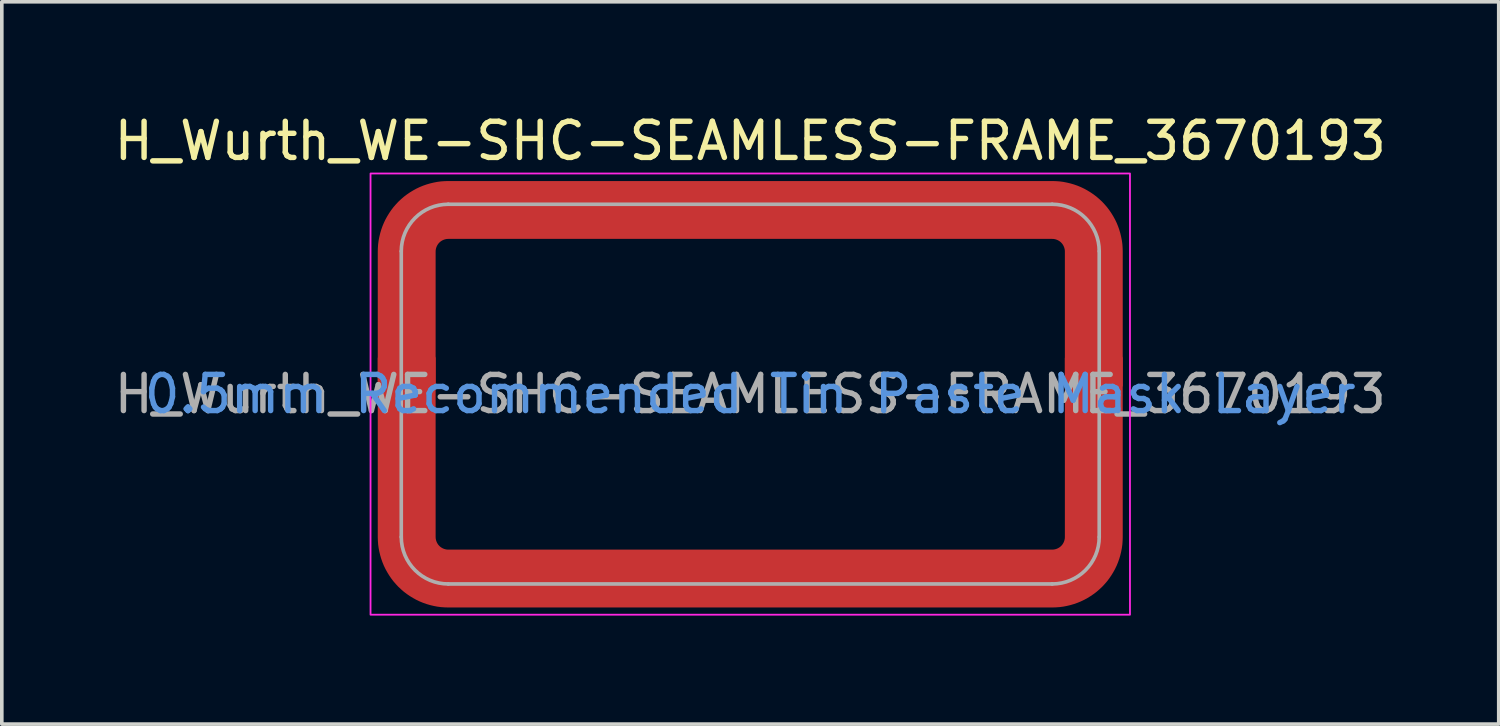
<source format=kicad_pcb>
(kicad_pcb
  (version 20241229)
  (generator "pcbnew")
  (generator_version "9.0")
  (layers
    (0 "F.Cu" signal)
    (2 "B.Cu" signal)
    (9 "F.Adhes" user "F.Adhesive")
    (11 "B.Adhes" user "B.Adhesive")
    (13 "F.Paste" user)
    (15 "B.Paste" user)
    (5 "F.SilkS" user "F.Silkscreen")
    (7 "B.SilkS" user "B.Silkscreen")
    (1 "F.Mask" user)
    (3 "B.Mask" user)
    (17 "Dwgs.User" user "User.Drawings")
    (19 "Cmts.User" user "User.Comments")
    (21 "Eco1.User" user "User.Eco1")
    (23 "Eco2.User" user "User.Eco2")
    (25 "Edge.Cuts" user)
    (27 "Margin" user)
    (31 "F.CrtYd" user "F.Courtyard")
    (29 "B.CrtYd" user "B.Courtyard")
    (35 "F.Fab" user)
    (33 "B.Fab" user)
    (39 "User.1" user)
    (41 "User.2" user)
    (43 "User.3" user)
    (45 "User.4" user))
  (footprint "H_Wurth_WE-SHC-SEAMLESS-FRAME_3670193"
    (layer "F.Cu")
    (at 17.696 7.848)
    (property "Reference" "H_Wurth_WE-SHC-SEAMLESS-FRAME_3670193" (at 0 -7 0) (unlocked yes) (layer "F.SilkS") (effects (font (size 1 1) (thickness 0.15))))
    (attr smd)
    (fp_poly (pts (xy -8.75 -0.242) (xy -10.25 -0.242) (xy -10.25 -3.942) (xy -10.247 -4.041) (xy -10.24 -4.141) (xy -10.227 -4.239) (xy -10.208 -4.337) (xy -10.185 -4.434) (xy -10.157 -4.529) (xy -10.124 -4.623) (xy -10.086 -4.715) (xy -10.043 -4.805) (xy -9.995 -4.892) (xy -9.943 -4.977) (xy -9.887 -5.059) (xy -9.827 -5.138) (xy -9.762 -5.213) (xy -9.694 -5.286) (xy -9.621 -5.354) (xy -9.546 -5.419) (xy -9.467 -5.479) (xy -9.385 -5.535) (xy -9.3 -5.587) (xy -9.213 -5.635) (xy -9.123 -5.678) (xy -9.031 -5.716) (xy -8.937 -5.749) (xy -8.842 -5.777) (xy -8.745 -5.8) (xy -8.647 -5.819) (xy -8.549 -5.832) (xy -8.449 -5.839) (xy -8.35 -5.842) (xy 8.35 -5.842) (xy 8.449 -5.839) (xy 8.549 -5.832) (xy 8.647 -5.819) (xy 8.745 -5.8) (xy 8.842 -5.777) (xy 8.937 -5.749) (xy 9.031 -5.716) (xy 9.123 -5.678) (xy 9.213 -5.635) (xy 9.3 -5.587) (xy 9.385 -5.535) (xy 9.467 -5.479) (xy 9.546 -5.419) (xy 9.621 -5.354) (xy 9.694 -5.286) (xy 9.762 -5.213) (xy 9.827 -5.138) (xy 9.887 -5.059) (xy 9.943 -4.977) (xy 9.995 -4.892) (xy 10.043 -4.805) (xy 10.086 -4.715) (xy 10.124 -4.623) (xy 10.157 -4.529) (xy 10.185 -4.434) (xy 10.208 -4.337) (xy 10.227 -4.239) (xy 10.24 -4.141) (xy 10.247 -4.041) (xy 10.25 -3.942) (xy 10.25 -0.242) (xy 8.75 -0.242) (xy 8.75 -3.942) (xy 8.749 -3.963) (xy 8.748 -3.984) (xy 8.745 -4.005) (xy 8.741 -4.025) (xy 8.736 -4.046) (xy 8.73 -4.066) (xy 8.723 -4.085) (xy 8.715 -4.105) (xy 8.706 -4.124) (xy 8.696 -4.142) (xy 8.685 -4.16) (xy 8.674 -4.177) (xy 8.661 -4.194) (xy 8.647 -4.21) (xy 8.633 -4.225) (xy 8.618 -4.239) (xy 8.602 -4.253) (xy 8.585 -4.266) (xy 8.568 -4.277) (xy 8.55 -4.288) (xy 8.532 -4.298) (xy 8.513 -4.307) (xy 8.493 -4.315) (xy 8.474 -4.322) (xy 8.454 -4.328) (xy 8.433 -4.333) (xy 8.413 -4.337) (xy 8.392 -4.34) (xy 8.371 -4.341) (xy 8.35 -4.342) (xy -8.35 -4.342) (xy -8.371 -4.341) (xy -8.392 -4.34) (xy -8.413 -4.337) (xy -8.433 -4.333) (xy -8.454 -4.328) (xy -8.474 -4.322) (xy -8.493 -4.315) (xy -8.513 -4.307) (xy -8.532 -4.298) (xy -8.55 -4.288) (xy -8.568 -4.277) (xy -8.585 -4.266) (xy -8.602 -4.253) (xy -8.618 -4.239) (xy -8.633 -4.225) (xy -8.647 -4.21) (xy -8.661 -4.194) (xy -8.674 -4.177) (xy -8.685 -4.16) (xy -8.696 -4.142) (xy -8.706 -4.124) (xy -8.715 -4.105) (xy -8.723 -4.085) (xy -8.73 -4.066) (xy -8.736 -4.046) (xy -8.741 -4.025) (xy -8.745 -4.005) (xy -8.748 -3.984) (xy -8.749 -3.963) (xy -8.75 -3.942) (xy -8.75 -0.242)) (stroke (width 0.1) (type solid)) (fill yes) (layer "F.Cu"))
    (fp_poly (pts (xy -8.75 -0.25) (xy -10.25 -0.25) (xy -10.25 -3.95) (xy -10.247 -4.049) (xy -10.24 -4.149) (xy -10.227 -4.247) (xy -10.208 -4.345) (xy -10.185 -4.442) (xy -10.157 -4.537) (xy -10.124 -4.631) (xy -10.086 -4.723) (xy -10.043 -4.813) (xy -9.995 -4.9) (xy -9.943 -4.985) (xy -9.887 -5.067) (xy -9.827 -5.146) (xy -9.762 -5.221) (xy -9.694 -5.294) (xy -9.621 -5.362) (xy -9.546 -5.427) (xy -9.467 -5.487) (xy -9.385 -5.543) (xy -9.3 -5.595) (xy -9.213 -5.643) (xy -9.123 -5.686) (xy -9.031 -5.724) (xy -8.937 -5.757) (xy -8.842 -5.785) (xy -8.745 -5.808) (xy -8.647 -5.827) (xy -8.549 -5.84) (xy -8.449 -5.847) (xy -8.35 -5.85) (xy 8.35 -5.85) (xy 8.449 -5.847) (xy 8.549 -5.84) (xy 8.647 -5.827) (xy 8.745 -5.808) (xy 8.842 -5.785) (xy 8.937 -5.757) (xy 9.031 -5.724) (xy 9.123 -5.686) (xy 9.213 -5.643) (xy 9.3 -5.595) (xy 9.385 -5.543) (xy 9.467 -5.487) (xy 9.546 -5.427) (xy 9.621 -5.362) (xy 9.694 -5.294) (xy 9.762 -5.221) (xy 9.827 -5.146) (xy 9.887 -5.067) (xy 9.943 -4.985) (xy 9.995 -4.9) (xy 10.043 -4.813) (xy 10.086 -4.723) (xy 10.124 -4.631) (xy 10.157 -4.537) (xy 10.185 -4.442) (xy 10.208 -4.345) (xy 10.227 -4.247) (xy 10.24 -4.149) (xy 10.247 -4.049) (xy 10.25 -3.95) (xy 10.25 -0.25) (xy 8.75 -0.25) (xy 8.75 -3.95) (xy 8.749 -3.971) (xy 8.748 -3.992) (xy 8.745 -4.013) (xy 8.741 -4.033) (xy 8.736 -4.054) (xy 8.73 -4.074) (xy 8.723 -4.093) (xy 8.715 -4.113) (xy 8.706 -4.132) (xy 8.696 -4.15) (xy 8.685 -4.168) (xy 8.674 -4.185) (xy 8.661 -4.202) (xy 8.647 -4.218) (xy 8.633 -4.233) (xy 8.618 -4.247) (xy 8.602 -4.261) (xy 8.585 -4.274) (xy 8.568 -4.285) (xy 8.55 -4.296) (xy 8.532 -4.306) (xy 8.513 -4.315) (xy 8.493 -4.323) (xy 8.474 -4.33) (xy 8.454 -4.336) (xy 8.433 -4.341) (xy 8.413 -4.345) (xy 8.392 -4.348) (xy 8.371 -4.349) (xy 8.35 -4.35) (xy -8.35 -4.35) (xy -8.371 -4.349) (xy -8.392 -4.348) (xy -8.413 -4.345) (xy -8.433 -4.341) (xy -8.454 -4.336) (xy -8.474 -4.33) (xy -8.493 -4.323) (xy -8.513 -4.315) (xy -8.532 -4.306) (xy -8.55 -4.296) (xy -8.568 -4.285) (xy -8.585 -4.274) (xy -8.602 -4.261) (xy -8.618 -4.247) (xy -8.633 -4.233) (xy -8.647 -4.218) (xy -8.661 -4.202) (xy -8.674 -4.185) (xy -8.685 -4.168) (xy -8.696 -4.15) (xy -8.706 -4.132) (xy -8.715 -4.113) (xy -8.723 -4.093) (xy -8.73 -4.074) (xy -8.736 -4.054) (xy -8.741 -4.033) (xy -8.745 -4.013) (xy -8.748 -3.992) (xy -8.749 -3.971) (xy -8.75 -3.95) (xy -8.75 -0.25)) (stroke (width 0.1) (type solid)) (fill yes) (layer "F.Mask"))
    (fp_poly (pts (xy -8.75 -0.25) (xy -10.25 -0.25) (xy -10.25 -3.95) (xy -10.247 -4.049) (xy -10.24 -4.149) (xy -10.227 -4.247) (xy -10.208 -4.345) (xy -10.185 -4.442) (xy -10.157 -4.537) (xy -10.124 -4.631) (xy -10.086 -4.723) (xy -10.043 -4.813) (xy -9.995 -4.9) (xy -9.943 -4.985) (xy -9.887 -5.067) (xy -9.827 -5.146) (xy -9.762 -5.221) (xy -9.694 -5.294) (xy -9.621 -5.362) (xy -9.546 -5.427) (xy -9.467 -5.487) (xy -9.385 -5.543) (xy -9.3 -5.595) (xy -9.213 -5.643) (xy -9.123 -5.686) (xy -9.031 -5.724) (xy -8.937 -5.757) (xy -8.842 -5.785) (xy -8.745 -5.808) (xy -8.647 -5.827) (xy -8.549 -5.84) (xy -8.449 -5.847) (xy -8.35 -5.85) (xy 8.35 -5.85) (xy 8.449 -5.847) (xy 8.549 -5.84) (xy 8.647 -5.827) (xy 8.745 -5.808) (xy 8.842 -5.785) (xy 8.937 -5.757) (xy 9.031 -5.724) (xy 9.123 -5.686) (xy 9.213 -5.643) (xy 9.3 -5.595) (xy 9.385 -5.543) (xy 9.467 -5.487) (xy 9.546 -5.427) (xy 9.621 -5.362) (xy 9.694 -5.294) (xy 9.762 -5.221) (xy 9.827 -5.146) (xy 9.887 -5.067) (xy 9.943 -4.985) (xy 9.995 -4.9) (xy 10.043 -4.813) (xy 10.086 -4.723) (xy 10.124 -4.631) (xy 10.157 -4.537) (xy 10.185 -4.442) (xy 10.208 -4.345) (xy 10.227 -4.247) (xy 10.24 -4.149) (xy 10.247 -4.049) (xy 10.25 -3.95) (xy 10.25 -0.25) (xy 8.75 -0.25) (xy 8.75 -3.95) (xy 8.749 -3.971) (xy 8.748 -3.992) (xy 8.745 -4.013) (xy 8.741 -4.033) (xy 8.736 -4.054) (xy 8.73 -4.074) (xy 8.723 -4.093) (xy 8.715 -4.113) (xy 8.706 -4.132) (xy 8.696 -4.15) (xy 8.685 -4.168) (xy 8.674 -4.185) (xy 8.661 -4.202) (xy 8.647 -4.218) (xy 8.633 -4.233) (xy 8.618 -4.247) (xy 8.602 -4.261) (xy 8.585 -4.274) (xy 8.568 -4.285) (xy 8.55 -4.296) (xy 8.532 -4.306) (xy 8.513 -4.315) (xy 8.493 -4.323) (xy 8.474 -4.33) (xy 8.454 -4.336) (xy 8.433 -4.341) (xy 8.413 -4.345) (xy 8.392 -4.348) (xy 8.371 -4.349) (xy 8.35 -4.35) (xy -8.35 -4.35) (xy -8.371 -4.349) (xy -8.392 -4.348) (xy -8.413 -4.345) (xy -8.433 -4.341) (xy -8.454 -4.336) (xy -8.474 -4.33) (xy -8.493 -4.323) (xy -8.513 -4.315) (xy -8.532 -4.306) (xy -8.55 -4.296) (xy -8.568 -4.285) (xy -8.585 -4.274) (xy -8.602 -4.261) (xy -8.618 -4.247) (xy -8.633 -4.233) (xy -8.647 -4.218) (xy -8.661 -4.202) (xy -8.674 -4.185) (xy -8.685 -4.168) (xy -8.696 -4.15) (xy -8.706 -4.132) (xy -8.715 -4.113) (xy -8.723 -4.093) (xy -8.73 -4.074) (xy -8.736 -4.054) (xy -8.741 -4.033) (xy -8.745 -4.013) (xy -8.748 -3.992) (xy -8.749 -3.971) (xy -8.75 -3.95) (xy -8.75 -0.25)) (stroke (width 0.1) (type solid)) (fill yes) (layer "F.Paste"))
    (fp_rect (start -10.5 -6.1) (end 10.5 6.1) (stroke (width 0.05) (type solid)) (fill no) (layer "F.CrtYd"))
    (fp_line (start -9.65 3.95) (end -9.65 -3.95) (stroke (width 0.1) (type solid)) (layer "F.Fab"))
    (fp_line (start -8.35 -5.25) (end 8.35 -5.25) (stroke (width 0.1) (type solid)) (layer "F.Fab"))
    (fp_line (start -8.35 5.25) (end 8.35 5.25) (stroke (width 0.1) (type solid)) (layer "F.Fab"))
    (fp_line (start 9.65 3.95) (end 9.65 -3.95) (stroke (width 0.1) (type solid)) (layer "F.Fab"))
    (fp_arc (start -9.65 -3.95) (mid -9.269239 -4.869238) (end -8.35 -5.25) (stroke (width 0.1) (type default)) (layer "F.Fab"))
    (fp_arc (start -8.35 5.25) (mid -9.269238 4.869239) (end -9.65 3.95) (stroke (width 0.1) (type default)) (layer "F.Fab"))
    (fp_arc (start 8.35 -5.25) (mid 9.269238 -4.869239) (end 9.65 -3.95) (stroke (width 0.1) (type default)) (layer "F.Fab"))
    (fp_arc (start 9.65 3.95) (mid 9.269239 4.869238) (end 8.35 5.25) (stroke (width 0.1) (type default)) (layer "F.Fab"))
    (fp_text user "0.5mm Recommended Tin Paste Mask Layer" (at 0 0 0) (unlocked yes) (layer "Cmts.User") (effects (font (size 1 1) (thickness 0.15))))
    (fp_text user "${REFERENCE}" (at 0 0 0) (unlocked yes) (layer "F.Fab") (effects (font (size 1 1) (thickness 0.15))))
    (pad "1" smd custom (at 9.5 0) (size 1.5 7.9) (layers "F.Cu" "F.Mask" "F.Paste") (options (anchor rect)) (primitives (gr_poly (pts (xy -0.75 -1) (xy 0.75 -1) (xy 0.75 3.95) (xy 0.747 4.049) (xy 0.74 4.149) (xy 0.727 4.247) (xy 0.708 4.345) (xy 0.685 4.442) (xy 0.657 4.537) (xy 0.624 4.631) (xy 0.586 4.723) (xy 0.543 4.813) (xy 0.495 4.9) (xy 0.443 4.985) (xy 0.387 5.067) (xy 0.327 5.146) (xy 0.262 5.221) (xy 0.194 5.294) (xy 0.121 5.362) (xy 0.046 5.427) (xy -0.033 5.487) (xy -0.115 5.543) (xy -0.2 5.595) (xy -0.287 5.643) (xy -0.377 5.686) (xy -0.469 5.724) (xy -0.563 5.757) (xy -0.658 5.785) (xy -0.755 5.808) (xy -0.853 5.827) (xy -0.951 5.84) (xy -1.051 5.847) (xy -1.15 5.85) (xy -17.85 5.85) (xy -17.949 5.847) (xy -18.049 5.84) (xy -18.147 5.827) (xy -18.245 5.808) (xy -18.342 5.785) (xy -18.437 5.757) (xy -18.531 5.724) (xy -18.623 5.686) (xy -18.713 5.643) (xy -18.8 5.595) (xy -18.885 5.543) (xy -18.967 5.487) (xy -19.046 5.427) (xy -19.121 5.362) (xy -19.194 5.294) (xy -19.262 5.221) (xy -19.327 5.146) (xy -19.387 5.067) (xy -19.443 4.985) (xy -19.495 4.9) (xy -19.543 4.813) (xy -19.586 4.723) (xy -19.624 4.631) (xy -19.657 4.537) (xy -19.685 4.442) (xy -19.708 4.345) (xy -19.727 4.247) (xy -19.74 4.149) (xy -19.747 4.049) (xy -19.75 3.95) (xy -19.75 -1) (xy -18.25 -1) (xy -18.25 3.95) (xy -18.249 3.971) (xy -18.248 3.992) (xy -18.245 4.013) (xy -18.241 4.033) (xy -18.236 4.054) (xy -18.23 4.074) (xy -18.223 4.093) (xy -18.215 4.113) (xy -18.206 4.132) (xy -18.196 4.15) (xy -18.185 4.168) (xy -18.174 4.185) (xy -18.161 4.202) (xy -18.147 4.218) (xy -18.133 4.233) (xy -18.118 4.247) (xy -18.102 4.261) (xy -18.085 4.274) (xy -18.068 4.285) (xy -18.05 4.296) (xy -18.032 4.306) (xy -18.013 4.315) (xy -17.993 4.323) (xy -17.974 4.33) (xy -17.954 4.336) (xy -17.933 4.341) (xy -17.913 4.345) (xy -17.892 4.348) (xy -17.871 4.349) (xy -17.85 4.35) (xy -1.15 4.35) (xy -1.129 4.349) (xy -1.108 4.348) (xy -1.087 4.345) (xy -1.067 4.341) (xy -1.046 4.336) (xy -1.026 4.33) (xy -1.007 4.323) (xy -0.987 4.315) (xy -0.968 4.306) (xy -0.95 4.296) (xy -0.932 4.285) (xy -0.915 4.274) (xy -0.898 4.261) (xy -0.882 4.247) (xy -0.867 4.233) (xy -0.853 4.218) (xy -0.839 4.202) (xy -0.826 4.185) (xy -0.815 4.168) (xy -0.804 4.15) (xy -0.794 4.132) (xy -0.785 4.113) (xy -0.777 4.093) (xy -0.77 4.074) (xy -0.764 4.054) (xy -0.759 4.033) (xy -0.755 4.013) (xy -0.752 3.992) (xy -0.751 3.971) (xy -0.75 3.95) (xy -0.75 -1)) (width 0.1) (fill yes)))))
  (gr_rect
    (start -3 -3)
    (end 38.393 16.973)
    (stroke (width 0.1) (type default))
    (fill no)
    (layer "Edge.Cuts")))
</source>
